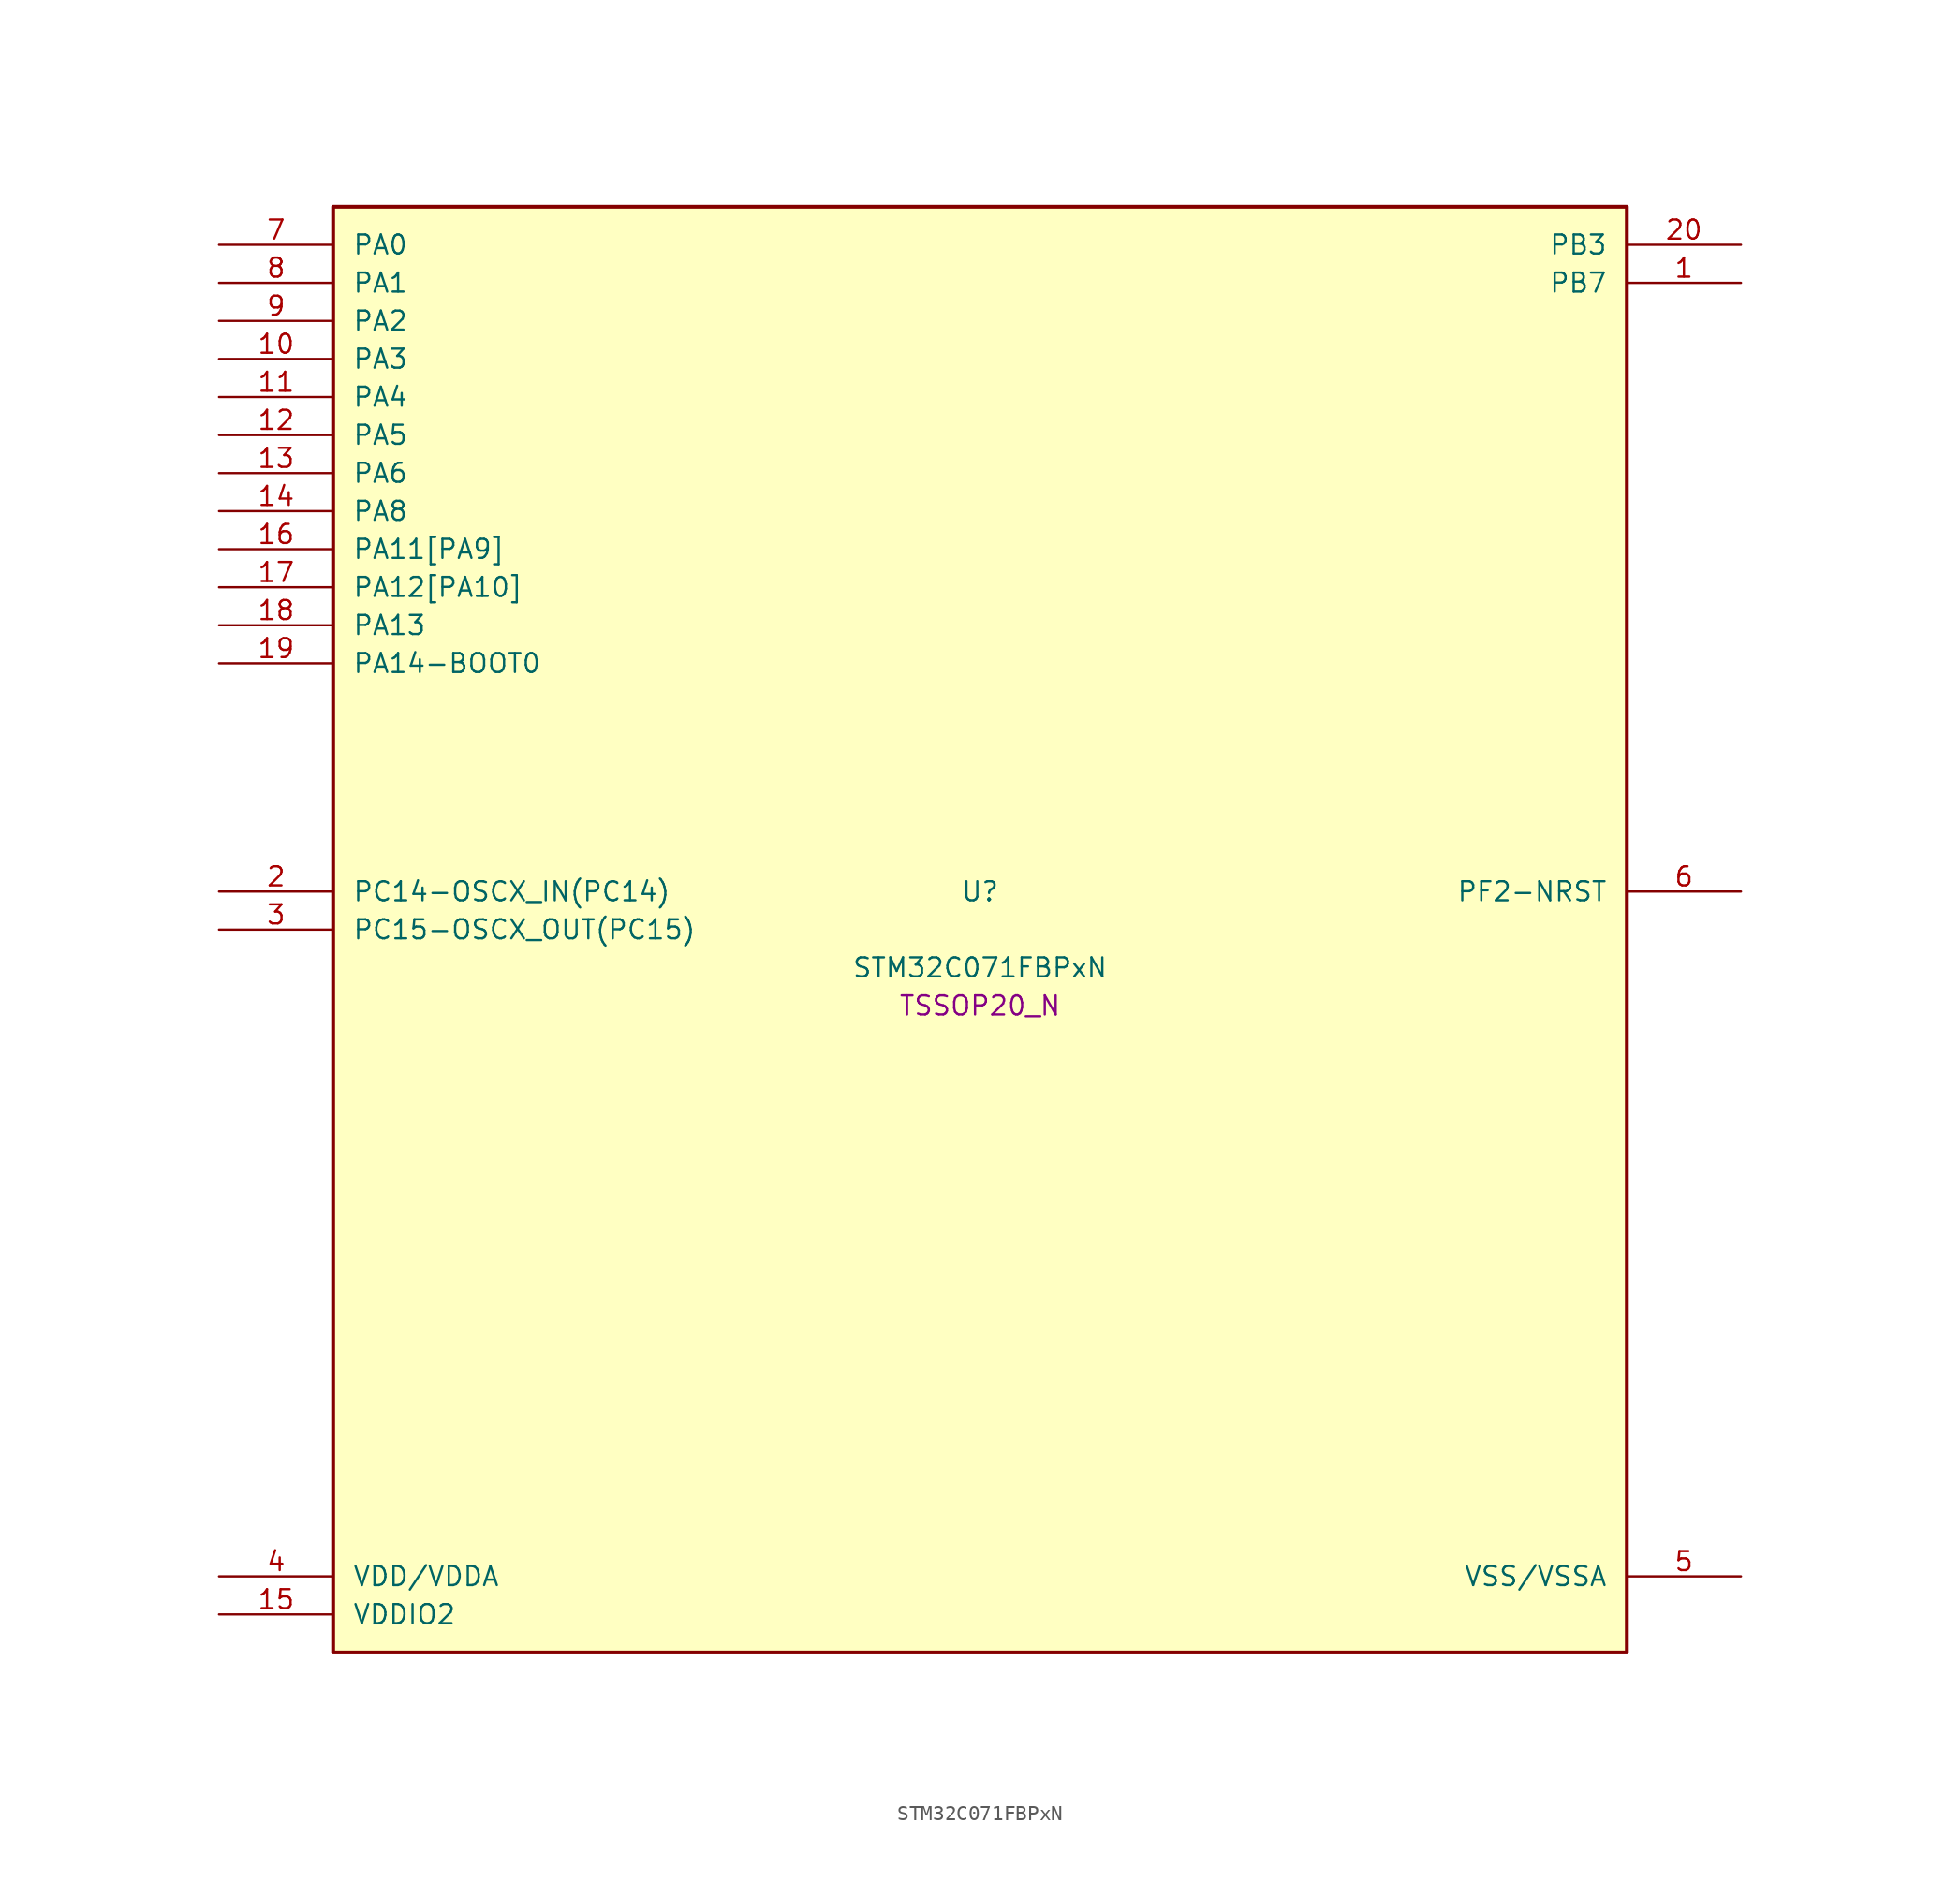
<source format=kicad_sym>
(kicad_symbol_lib
  (version 20241209)
  (generator "stm32_pkl_generator")
  (generator_version "1.0")
  (symbol "STM32C071FBPxN"
    (pin_names
      (offset 1.27))
    (property "Reference" "U"
      (at 0 2.54 0))
    (property "Value" "STM32C071FBPxN"
      (at 0 -2.54 0))
    (property "Footprint" "TSSOP20_N"
      (at 0 -5.08 0))
    (symbol "STM32C071FBPxN_1_1"
      (rectangle (start -43.18 48.26) (end 43.18 -48.26) (stroke (width 0.254) (type solid)) (fill (type background)))
      (pin bidirectional line (at -50.8 45.72 0) (length 7.62) (name "PA0") (number "7") (alternate "PA0/ADC1_IN0" bidirectional line) (alternate "PA0/PWR_WKUP1" bidirectional line) (alternate "PA0/SPI2_SCK" bidirectional line) (alternate "PA0/TIM16_CH1" bidirectional line) (alternate "PA0/TIM1_CH1" bidirectional line) (alternate "PA0/TIM2_CH1" bidirectional line) (alternate "PA0/TIM2_ETR" bidirectional line) (alternate "PA0/USART1_TX" bidirectional line) (alternate "PA0/USART2_CTS" bidirectional line) (alternate "PA0/USART2_NSS" bidirectional line))
      (pin bidirectional line (at -50.8 43.18 0) (length 7.62) (name "PA1") (number "8") (alternate "PA1/ADC1_IN1" bidirectional line) (alternate "PA1/I2C1_SMBA" bidirectional line) (alternate "PA1/I2S1_CK" bidirectional line) (alternate "PA1/SPI1_SCK" bidirectional line) (alternate "PA1/TIM17_CH1" bidirectional line) (alternate "PA1/TIM1_CH2" bidirectional line) (alternate "PA1/TIM2_CH2" bidirectional line) (alternate "PA1/USART1_RX" bidirectional line) (alternate "PA1/USART2_CK" bidirectional line) (alternate "PA1/USART2_DE" bidirectional line) (alternate "PA1/USART2_RTS" bidirectional line))
      (pin bidirectional line (at -50.8 40.64 0) (length 7.62) (name "PA2") (number "9") (alternate "PA2/ADC1_IN2" bidirectional line) (alternate "PA2/I2S1_SD" bidirectional line) (alternate "PA2/PWR_WKUP4" bidirectional line) (alternate "PA2/RCC_LSCO" bidirectional line) (alternate "PA2/SPI1_MOSI" bidirectional line) (alternate "PA2/TIM16_CH1N" bidirectional line) (alternate "PA2/TIM1_CH3" bidirectional line) (alternate "PA2/TIM2_CH3" bidirectional line) (alternate "PA2/TIM3_ETR" bidirectional line) (alternate "PA2/USART2_TX" bidirectional line))
      (pin bidirectional line (at -50.8 38.1 0) (length 7.62) (name "PA3") (number "10") (alternate "PA3/ADC1_IN3" bidirectional line) (alternate "PA3/SPI2_MISO" bidirectional line) (alternate "PA3/TIM1_CH1N" bidirectional line) (alternate "PA3/TIM1_CH4" bidirectional line) (alternate "PA3/TIM2_CH4" bidirectional line) (alternate "PA3/USART2_RX" bidirectional line))
      (pin bidirectional line (at -50.8 35.56 0) (length 7.62) (name "PA4") (number "11") (alternate "PA4/ADC1_IN4" bidirectional line) (alternate "PA4/I2S1_WS" bidirectional line) (alternate "PA4/PWR_WKUP2" bidirectional line) (alternate "PA4/RTC_OUT1" bidirectional line) (alternate "PA4/RTC_TS" bidirectional line) (alternate "PA4/SPI1_NSS" bidirectional line) (alternate "PA4/SPI2_MOSI" bidirectional line) (alternate "PA4/TIM14_CH1" bidirectional line) (alternate "PA4/TIM17_CH1N" bidirectional line) (alternate "PA4/TIM1_CH2N" bidirectional line) (alternate "PA4/USART2_TX" bidirectional line) (alternate "PA4/USB_NOE" bidirectional line))
      (pin bidirectional line (at -50.8 33.02 0) (length 7.62) (name "PA5") (number "12") (alternate "PA5/ADC1_IN5" bidirectional line) (alternate "PA5/I2S1_CK" bidirectional line) (alternate "PA5/SPI1_SCK" bidirectional line) (alternate "PA5/TIM1_CH1" bidirectional line) (alternate "PA5/TIM1_CH3N" bidirectional line) (alternate "PA5/TIM2_CH1" bidirectional line) (alternate "PA5/TIM2_ETR" bidirectional line) (alternate "PA5/USART2_RX" bidirectional line))
      (pin bidirectional line (at -50.8 30.48 0) (length 7.62) (name "PA6") (number "13") (alternate "PA6/ADC1_IN6" bidirectional line) (alternate "PA6/I2C2_SDA" bidirectional line) (alternate "PA6/I2S1_MCK" bidirectional line) (alternate "PA6/SPI1_MISO" bidirectional line) (alternate "PA6/TIM16_CH1" bidirectional line) (alternate "PA6/TIM1_BKIN" bidirectional line) (alternate "PA6/TIM3_CH1" bidirectional line))
      (pin bidirectional line (at -50.8 27.94 0) (length 7.62) (name "PA8") (number "14") (alternate "PA8/ADC1_IN8" bidirectional line) (alternate "PA8/CRS_SYNC" bidirectional line) (alternate "PA8/I2S1_WS" bidirectional line) (alternate "PA8/RCC_MCO" bidirectional line) (alternate "PA8/RCC_MCO_2" bidirectional line) (alternate "PA8/SPI1_NSS" bidirectional line) (alternate "PA8/SPI2_MISO" bidirectional line) (alternate "PA8/SPI2_NSS" bidirectional line) (alternate "PA8/TIM14_CH1" bidirectional line) (alternate "PA8/TIM1_CH1" bidirectional line) (alternate "PA8/TIM1_CH2N" bidirectional line) (alternate "PA8/TIM1_CH3N" bidirectional line) (alternate "PA8/TIM3_CH3" bidirectional line) (alternate "PA8/TIM3_CH4" bidirectional line) (alternate "PA8/USART1_RX" bidirectional line) (alternate "PA8/USART2_TX" bidirectional line))
      (pin bidirectional line (at -50.8 25.4 0) (length 7.62) (name "PA11[PA9]") (number "16") (alternate "PA11[PA9]/ADC1_EXTI11" bidirectional line) (alternate "PA11[PA9]/I2C2_SCL" bidirectional line) (alternate "PA11[PA9]/I2S1_MCK" bidirectional line) (alternate "PA11[PA9]/SPI1_MISO" bidirectional line) (alternate "PA11[PA9]/TIM1_BKIN2" bidirectional line) (alternate "PA11[PA9]/TIM1_CH4" bidirectional line) (alternate "PA11[PA9]/USART1_CTS" bidirectional line) (alternate "PA11[PA9]/USART1_NSS" bidirectional line) (alternate "PA11[PA9]/USB_DM" bidirectional line) (alternate "PA11[PA9]/PA9[PA11]" bidirectional line) (alternate "PA11[PA9]/I2C1_SCL" bidirectional line) (alternate "PA11[PA9]/RCC_MCO" bidirectional line) (alternate "PA11[PA9]/SPI2_MISO" bidirectional line) (alternate "PA11[PA9]/TIM1_CH2" bidirectional line) (alternate "PA11[PA9]/TIM3_ETR" bidirectional line) (alternate "PA11[PA9]/USART1_TX" bidirectional line))
      (pin bidirectional line (at -50.8 22.86 0) (length 7.62) (name "PA12[PA10]") (number "17") (alternate "PA12[PA10]/I2C2_SDA" bidirectional line) (alternate "PA12[PA10]/I2S1_SD" bidirectional line) (alternate "PA12[PA10]/I2S_CKIN" bidirectional line) (alternate "PA12[PA10]/SPI1_MOSI" bidirectional line) (alternate "PA12[PA10]/TIM1_ETR" bidirectional line) (alternate "PA12[PA10]/USART1_CK" bidirectional line) (alternate "PA12[PA10]/USART1_DE" bidirectional line) (alternate "PA12[PA10]/USART1_RTS" bidirectional line) (alternate "PA12[PA10]/USB_DP" bidirectional line) (alternate "PA12[PA10]/PA10[PA12]" bidirectional line) (alternate "PA12[PA10]/I2C1_SDA" bidirectional line) (alternate "PA12[PA10]/RCC_MCO_2" bidirectional line) (alternate "PA12[PA10]/SPI2_MOSI" bidirectional line) (alternate "PA12[PA10]/TIM17_BKIN" bidirectional line) (alternate "PA12[PA10]/TIM1_CH3" bidirectional line) (alternate "PA12[PA10]/USART1_RX" bidirectional line))
      (pin bidirectional line (at -50.8 20.32 0) (length 7.62) (name "PA13") (number "18") (alternate "PA13/ADC1_IN13" bidirectional line) (alternate "PA13/DEBUG_SWDIO" bidirectional line) (alternate "PA13/IR_OUT" bidirectional line) (alternate "PA13/TIM3_ETR" bidirectional line) (alternate "PA13/USART2_RX" bidirectional line) (alternate "PA13/USB_NOE" bidirectional line))
      (pin bidirectional line (at -50.8 17.78 0) (length 7.62) (name "PA14-BOOT0") (number "19") (alternate "PA14-BOOT0/ADC1_IN14" bidirectional line) (alternate "PA14-BOOT0/DEBUG_SWCLK" bidirectional line) (alternate "PA14-BOOT0/I2S1_WS" bidirectional line) (alternate "PA14-BOOT0/RCC_MCO_2" bidirectional line) (alternate "PA14-BOOT0/SPI1_NSS" bidirectional line) (alternate "PA14-BOOT0/TIM1_CH1" bidirectional line) (alternate "PA14-BOOT0/USART1_CK" bidirectional line) (alternate "PA14-BOOT0/USART1_DE" bidirectional line) (alternate "PA14-BOOT0/USART1_RTS" bidirectional line) (alternate "PA14-BOOT0/USART2_RX" bidirectional line) (alternate "PA14-BOOT0/USART2_TX" bidirectional line) (alternate "PA14-BOOT0/PA15" bidirectional line) (alternate "PA14-BOOT0/TIM2_CH1" bidirectional line) (alternate "PA14-BOOT0/TIM2_ETR" bidirectional line) (alternate "PA14-BOOT0/USB_NOE" bidirectional line))
      (pin bidirectional line (at 50.8 45.72 180) (length 7.62) (name "PB3") (number "20") (alternate "PB3/I2C2_SCL" bidirectional line) (alternate "PB3/I2S1_CK" bidirectional line) (alternate "PB3/SPI1_SCK" bidirectional line) (alternate "PB3/TIM1_CH2" bidirectional line) (alternate "PB3/TIM2_CH2" bidirectional line) (alternate "PB3/TIM3_CH2" bidirectional line) (alternate "PB3/USART1_CK" bidirectional line) (alternate "PB3/USART1_DE" bidirectional line) (alternate "PB3/USART1_RTS" bidirectional line) (alternate "PB3/PB4" bidirectional line) (alternate "PB3/I2C2_SDA" bidirectional line) (alternate "PB3/I2S1_MCK" bidirectional line) (alternate "PB3/SPI1_MISO" bidirectional line) (alternate "PB3/TIM17_BKIN" bidirectional line) (alternate "PB3/TIM3_CH1" bidirectional line) (alternate "PB3/USART1_CTS" bidirectional line) (alternate "PB3/USART1_NSS" bidirectional line) (alternate "PB3/PB5" bidirectional line) (alternate "PB3/I2C1_SMBA" bidirectional line) (alternate "PB3/I2S1_SD" bidirectional line) (alternate "PB3/PWR_WKUP6" bidirectional line) (alternate "PB3/SPI1_MOSI" bidirectional line) (alternate "PB3/TIM16_BKIN" bidirectional line) (alternate "PB3/TIM3_CH3" bidirectional line) (alternate "PB3/PB6" bidirectional line) (alternate "PB3/I2C1_SCL" bidirectional line) (alternate "PB3/PWR_WKUP3" bidirectional line) (alternate "PB3/SPI2_MISO" bidirectional line) (alternate "PB3/TIM16_CH1N" bidirectional line) (alternate "PB3/TIM1_CH3" bidirectional line) (alternate "PB3/USART1_TX" bidirectional line))
      (pin bidirectional line (at 50.8 43.18 180) (length 7.62) (name "PB7") (number "1") (alternate "PB7/I2C1_SCL" bidirectional line) (alternate "PB7/I2C1_SDA" bidirectional line) (alternate "PB7/RTC_REFIN" bidirectional line) (alternate "PB7/SPI2_MOSI" bidirectional line) (alternate "PB7/TIM16_CH1" bidirectional line) (alternate "PB7/TIM17_CH1N" bidirectional line) (alternate "PB7/TIM1_CH4" bidirectional line) (alternate "PB7/TIM3_CH1" bidirectional line) (alternate "PB7/TIM3_CH4" bidirectional line) (alternate "PB7/USART1_RX" bidirectional line) (alternate "PB7/USART2_CTS" bidirectional line) (alternate "PB7/USART2_NSS" bidirectional line) (alternate "PB7/PB8" bidirectional line) (alternate "PB7/SPI2_SCK" bidirectional line))
      (pin bidirectional line (at -50.8 2.54 0) (length 7.62) (name "PC14-OSCX_IN(PC14)") (number "2") (alternate "PC14-OSCX_IN(PC14)/I2C1_SDA" bidirectional line) (alternate "PC14-OSCX_IN(PC14)/IR_OUT" bidirectional line) (alternate "PC14-OSCX_IN(PC14)/RCC_OSCX_IN" bidirectional line) (alternate "PC14-OSCX_IN(PC14)/SPI2_NSS" bidirectional line) (alternate "PC14-OSCX_IN(PC14)/TIM17_CH1" bidirectional line) (alternate "PC14-OSCX_IN(PC14)/TIM1_BKIN2" bidirectional line) (alternate "PC14-OSCX_IN(PC14)/TIM1_ETR" bidirectional line) (alternate "PC14-OSCX_IN(PC14)/TIM3_CH2" bidirectional line) (alternate "PC14-OSCX_IN(PC14)/USART1_TX" bidirectional line) (alternate "PC14-OSCX_IN(PC14)/USART2_CK" bidirectional line) (alternate "PC14-OSCX_IN(PC14)/USART2_DE" bidirectional line) (alternate "PC14-OSCX_IN(PC14)/USART2_RTS" bidirectional line))
      (pin bidirectional line (at -50.8 0 0) (length 7.62) (name "PC15-OSCX_OUT(PC15)") (number "3") (alternate "PC15-OSCX_OUT(PC15)/RCC_OSC32_EN" bidirectional line) (alternate "PC15-OSCX_OUT(PC15)/RCC_OSCX_OUT" bidirectional line) (alternate "PC15-OSCX_OUT(PC15)/RCC_OSC_EN" bidirectional line) (alternate "PC15-OSCX_OUT(PC15)/TIM1_ETR" bidirectional line) (alternate "PC15-OSCX_OUT(PC15)/TIM3_CH3" bidirectional line))
      (pin bidirectional line (at 50.8 2.54 180) (length 7.62) (name "PF2-NRST") (number "6") (alternate "PF2-NRST/RCC_MCO" bidirectional line) (alternate "PF2-NRST/TIM1_CH4" bidirectional line))
      (pin power_in line (at -50.8 -43.18 0) (length 7.62) (name "VDD/VDDA") (number "4"))
      (pin power_in line (at -50.8 -45.72 0) (length 7.62) (name "VDDIO2") (number "15"))
      (pin power_in line (at 50.8 -43.18 180) (length 7.62) (name "VSS/VSSA") (number "5")))))
</source>
